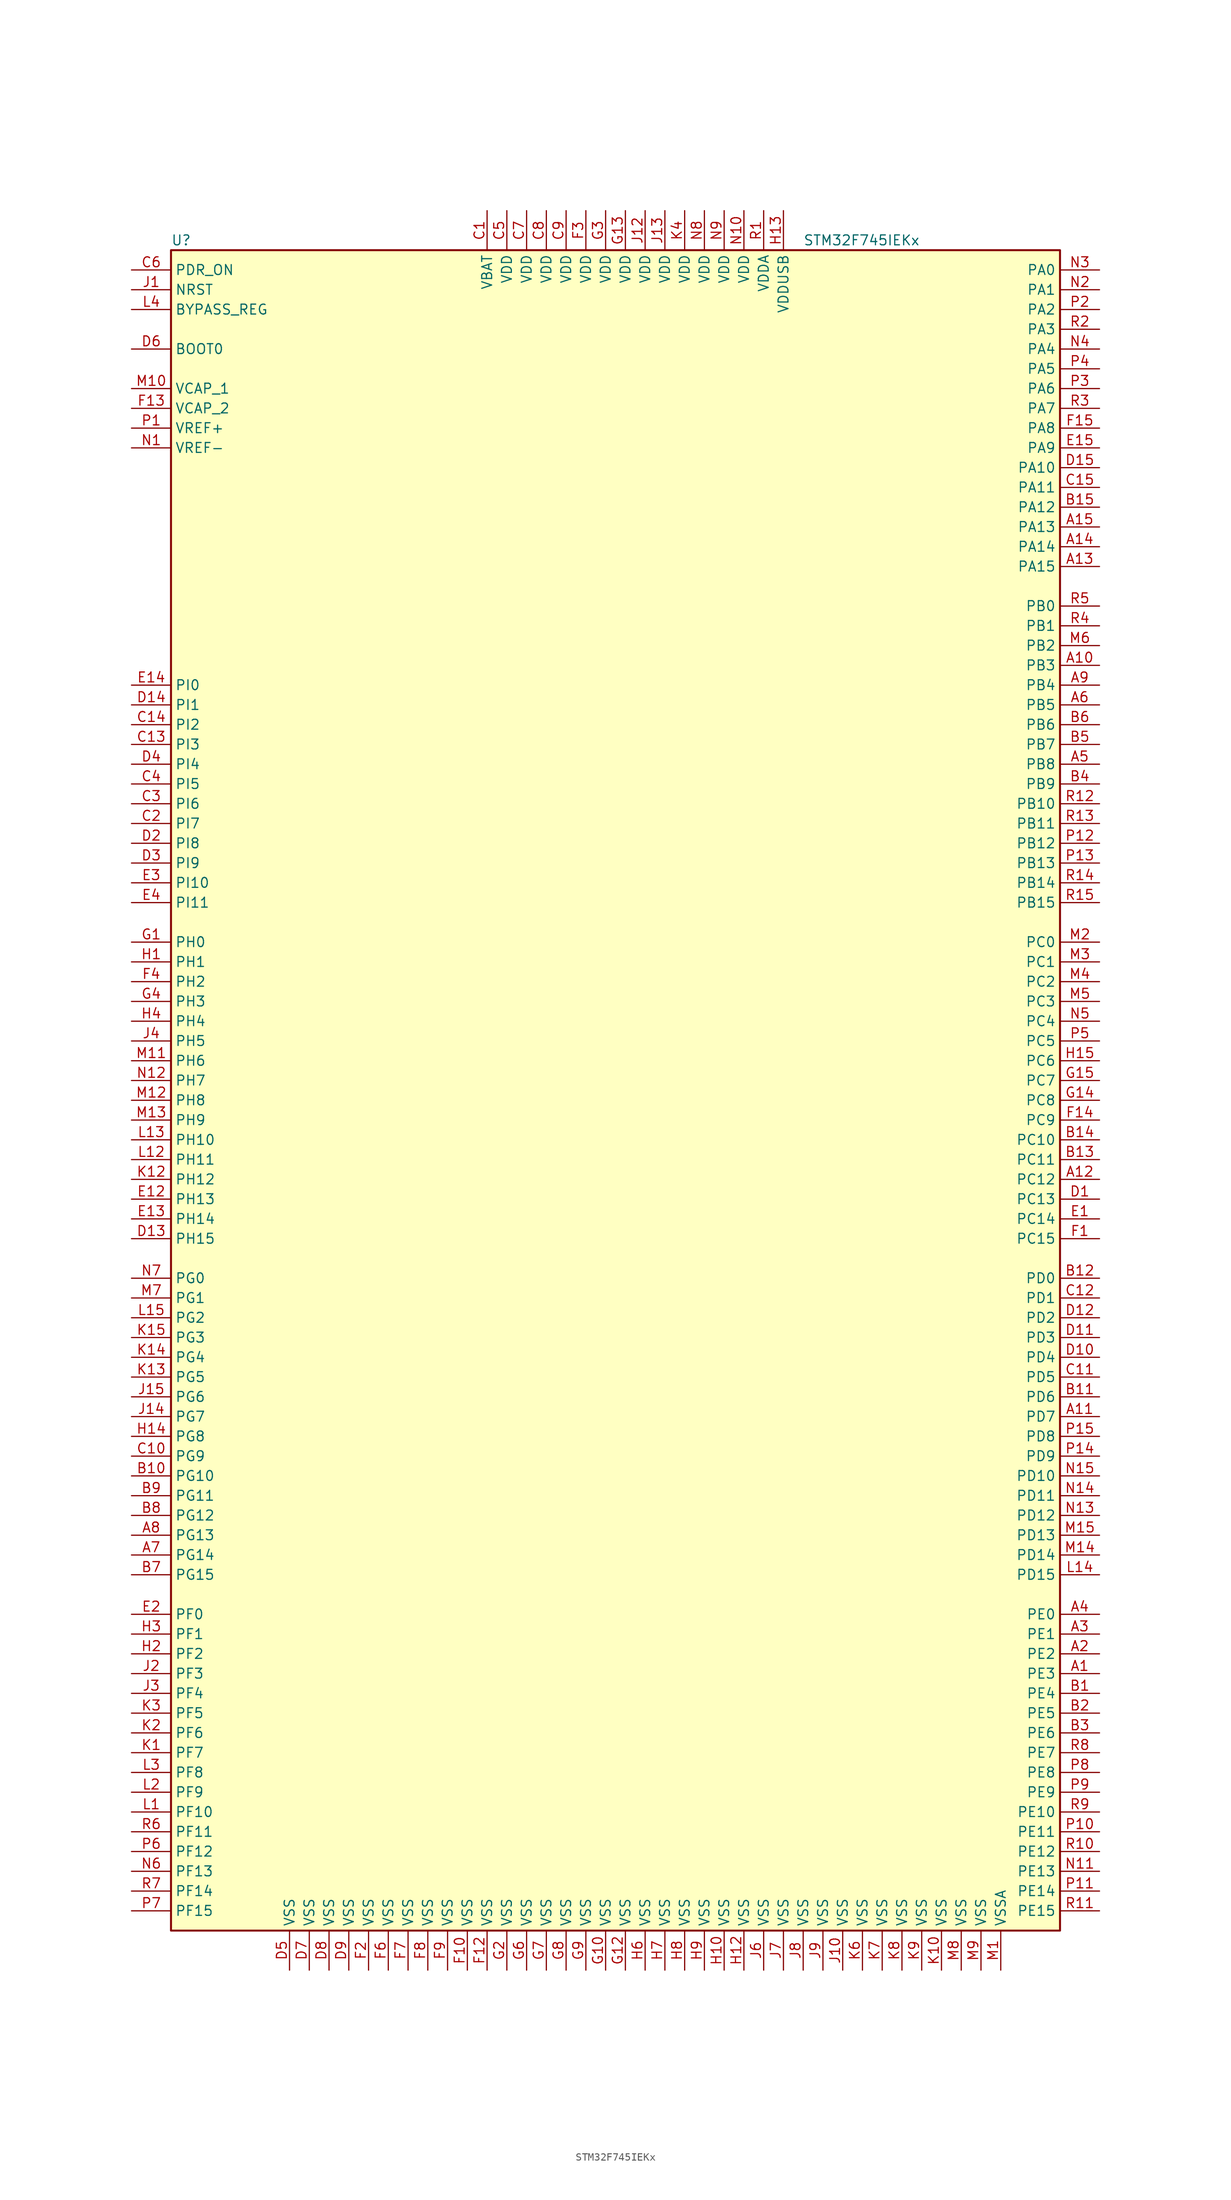
<source format=kicad_sym>
(kicad_symbol_lib
  (version 20220914)
  (generator kicad_symbol_editor)
  (symbol "STM32F745IEKx"
    (property "Reference" "U"
      (at -58.42 107.95 0)
      (effects (font (size 1.27 1.27)) (justify left)))
    (property "Value" "STM32F745IEKx"
      (at 22.86 107.95 0)
      (effects (font (size 1.27 1.27)) (justify left)))
    (symbol "STM32F745IEKx_0_1"
      (rectangle (start -58.42 -109.22) (end 55.88 106.68) (stroke (width 0.254) (type default)) (fill (type background))))
    (symbol "STM32F745IEKx_1_1"
      (pin bidirectional line (at 60.96 -76.2 180) (length 5.08) (name "PE3" (effects (font (size 1.27 1.27)))) (number "A1" (effects (font (size 1.27 1.27)))))
      (pin bidirectional line (at 60.96 53.34 180) (length 5.08) (name "PB3" (effects (font (size 1.27 1.27)))) (number "A10" (effects (font (size 1.27 1.27)))))
      (pin bidirectional line (at 60.96 -43.18 180) (length 5.08) (name "PD7" (effects (font (size 1.27 1.27)))) (number "A11" (effects (font (size 1.27 1.27)))))
      (pin bidirectional line (at 60.96 -12.7 180) (length 5.08) (name "PC12" (effects (font (size 1.27 1.27)))) (number "A12" (effects (font (size 1.27 1.27)))))
      (pin bidirectional line (at 60.96 66.04 180) (length 5.08) (name "PA15" (effects (font (size 1.27 1.27)))) (number "A13" (effects (font (size 1.27 1.27)))))
      (pin bidirectional line (at 60.96 68.58 180) (length 5.08) (name "PA14" (effects (font (size 1.27 1.27)))) (number "A14" (effects (font (size 1.27 1.27)))))
      (pin bidirectional line (at 60.96 71.12 180) (length 5.08) (name "PA13" (effects (font (size 1.27 1.27)))) (number "A15" (effects (font (size 1.27 1.27)))))
      (pin bidirectional line (at 60.96 -73.66 180) (length 5.08) (name "PE2" (effects (font (size 1.27 1.27)))) (number "A2" (effects (font (size 1.27 1.27)))))
      (pin bidirectional line (at 60.96 -71.12 180) (length 5.08) (name "PE1" (effects (font (size 1.27 1.27)))) (number "A3" (effects (font (size 1.27 1.27)))))
      (pin bidirectional line (at 60.96 -68.58 180) (length 5.08) (name "PE0" (effects (font (size 1.27 1.27)))) (number "A4" (effects (font (size 1.27 1.27)))))
      (pin bidirectional line (at 60.96 40.64 180) (length 5.08) (name "PB8" (effects (font (size 1.27 1.27)))) (number "A5" (effects (font (size 1.27 1.27)))))
      (pin bidirectional line (at 60.96 48.26 180) (length 5.08) (name "PB5" (effects (font (size 1.27 1.27)))) (number "A6" (effects (font (size 1.27 1.27)))))
      (pin bidirectional line (at -63.5 -60.96 0) (length 5.08) (name "PG14" (effects (font (size 1.27 1.27)))) (number "A7" (effects (font (size 1.27 1.27)))))
      (pin bidirectional line (at -63.5 -58.42 0) (length 5.08) (name "PG13" (effects (font (size 1.27 1.27)))) (number "A8" (effects (font (size 1.27 1.27)))))
      (pin bidirectional line (at 60.96 50.8 180) (length 5.08) (name "PB4" (effects (font (size 1.27 1.27)))) (number "A9" (effects (font (size 1.27 1.27)))))
      (pin bidirectional line (at 60.96 -78.74 180) (length 5.08) (name "PE4" (effects (font (size 1.27 1.27)))) (number "B1" (effects (font (size 1.27 1.27)))))
      (pin bidirectional line (at -63.5 -50.8 0) (length 5.08) (name "PG10" (effects (font (size 1.27 1.27)))) (number "B10" (effects (font (size 1.27 1.27)))))
      (pin bidirectional line (at 60.96 -40.64 180) (length 5.08) (name "PD6" (effects (font (size 1.27 1.27)))) (number "B11" (effects (font (size 1.27 1.27)))))
      (pin bidirectional line (at 60.96 -25.4 180) (length 5.08) (name "PD0" (effects (font (size 1.27 1.27)))) (number "B12" (effects (font (size 1.27 1.27)))))
      (pin bidirectional line (at 60.96 -10.16 180) (length 5.08) (name "PC11" (effects (font (size 1.27 1.27)))) (number "B13" (effects (font (size 1.27 1.27)))))
      (pin bidirectional line (at 60.96 -7.62 180) (length 5.08) (name "PC10" (effects (font (size 1.27 1.27)))) (number "B14" (effects (font (size 1.27 1.27)))))
      (pin bidirectional line (at 60.96 73.66 180) (length 5.08) (name "PA12" (effects (font (size 1.27 1.27)))) (number "B15" (effects (font (size 1.27 1.27)))))
      (pin bidirectional line (at 60.96 -81.28 180) (length 5.08) (name "PE5" (effects (font (size 1.27 1.27)))) (number "B2" (effects (font (size 1.27 1.27)))))
      (pin bidirectional line (at 60.96 -83.82 180) (length 5.08) (name "PE6" (effects (font (size 1.27 1.27)))) (number "B3" (effects (font (size 1.27 1.27)))))
      (pin bidirectional line (at 60.96 38.1 180) (length 5.08) (name "PB9" (effects (font (size 1.27 1.27)))) (number "B4" (effects (font (size 1.27 1.27)))))
      (pin bidirectional line (at 60.96 43.18 180) (length 5.08) (name "PB7" (effects (font (size 1.27 1.27)))) (number "B5" (effects (font (size 1.27 1.27)))))
      (pin bidirectional line (at 60.96 45.72 180) (length 5.08) (name "PB6" (effects (font (size 1.27 1.27)))) (number "B6" (effects (font (size 1.27 1.27)))))
      (pin bidirectional line (at -63.5 -63.5 0) (length 5.08) (name "PG15" (effects (font (size 1.27 1.27)))) (number "B7" (effects (font (size 1.27 1.27)))))
      (pin bidirectional line (at -63.5 -55.88 0) (length 5.08) (name "PG12" (effects (font (size 1.27 1.27)))) (number "B8" (effects (font (size 1.27 1.27)))))
      (pin bidirectional line (at -63.5 -53.34 0) (length 5.08) (name "PG11" (effects (font (size 1.27 1.27)))) (number "B9" (effects (font (size 1.27 1.27)))))
      (pin power_in line (at -17.78 111.76 270) (length 5.08) (name "VBAT" (effects (font (size 1.27 1.27)))) (number "C1" (effects (font (size 1.27 1.27)))))
      (pin bidirectional line (at -63.5 -48.26 0) (length 5.08) (name "PG9" (effects (font (size 1.27 1.27)))) (number "C10" (effects (font (size 1.27 1.27)))))
      (pin bidirectional line (at 60.96 -38.1 180) (length 5.08) (name "PD5" (effects (font (size 1.27 1.27)))) (number "C11" (effects (font (size 1.27 1.27)))))
      (pin bidirectional line (at 60.96 -27.94 180) (length 5.08) (name "PD1" (effects (font (size 1.27 1.27)))) (number "C12" (effects (font (size 1.27 1.27)))))
      (pin bidirectional line (at -63.5 43.18 0) (length 5.08) (name "PI3" (effects (font (size 1.27 1.27)))) (number "C13" (effects (font (size 1.27 1.27)))))
      (pin bidirectional line (at -63.5 45.72 0) (length 5.08) (name "PI2" (effects (font (size 1.27 1.27)))) (number "C14" (effects (font (size 1.27 1.27)))))
      (pin bidirectional line (at 60.96 76.2 180) (length 5.08) (name "PA11" (effects (font (size 1.27 1.27)))) (number "C15" (effects (font (size 1.27 1.27)))))
      (pin bidirectional line (at -63.5 33.02 0) (length 5.08) (name "PI7" (effects (font (size 1.27 1.27)))) (number "C2" (effects (font (size 1.27 1.27)))))
      (pin bidirectional line (at -63.5 35.56 0) (length 5.08) (name "PI6" (effects (font (size 1.27 1.27)))) (number "C3" (effects (font (size 1.27 1.27)))))
      (pin bidirectional line (at -63.5 38.1 0) (length 5.08) (name "PI5" (effects (font (size 1.27 1.27)))) (number "C4" (effects (font (size 1.27 1.27)))))
      (pin power_in line (at -15.24 111.76 270) (length 5.08) (name "VDD" (effects (font (size 1.27 1.27)))) (number "C5" (effects (font (size 1.27 1.27)))))
      (pin input line (at -63.5 104.14 0) (length 5.08) (name "PDR_ON" (effects (font (size 1.27 1.27)))) (number "C6" (effects (font (size 1.27 1.27)))))
      (pin power_in line (at -12.7 111.76 270) (length 5.08) (name "VDD" (effects (font (size 1.27 1.27)))) (number "C7" (effects (font (size 1.27 1.27)))))
      (pin power_in line (at -10.16 111.76 270) (length 5.08) (name "VDD" (effects (font (size 1.27 1.27)))) (number "C8" (effects (font (size 1.27 1.27)))))
      (pin power_in line (at -7.62 111.76 270) (length 5.08) (name "VDD" (effects (font (size 1.27 1.27)))) (number "C9" (effects (font (size 1.27 1.27)))))
      (pin bidirectional line (at 60.96 -15.24 180) (length 5.08) (name "PC13" (effects (font (size 1.27 1.27)))) (number "D1" (effects (font (size 1.27 1.27)))))
      (pin bidirectional line (at 60.96 -35.56 180) (length 5.08) (name "PD4" (effects (font (size 1.27 1.27)))) (number "D10" (effects (font (size 1.27 1.27)))))
      (pin bidirectional line (at 60.96 -33.02 180) (length 5.08) (name "PD3" (effects (font (size 1.27 1.27)))) (number "D11" (effects (font (size 1.27 1.27)))))
      (pin bidirectional line (at 60.96 -30.48 180) (length 5.08) (name "PD2" (effects (font (size 1.27 1.27)))) (number "D12" (effects (font (size 1.27 1.27)))))
      (pin bidirectional line (at -63.5 -20.32 0) (length 5.08) (name "PH15" (effects (font (size 1.27 1.27)))) (number "D13" (effects (font (size 1.27 1.27)))))
      (pin bidirectional line (at -63.5 48.26 0) (length 5.08) (name "PI1" (effects (font (size 1.27 1.27)))) (number "D14" (effects (font (size 1.27 1.27)))))
      (pin bidirectional line (at 60.96 78.74 180) (length 5.08) (name "PA10" (effects (font (size 1.27 1.27)))) (number "D15" (effects (font (size 1.27 1.27)))))
      (pin bidirectional line (at -63.5 30.48 0) (length 5.08) (name "PI8" (effects (font (size 1.27 1.27)))) (number "D2" (effects (font (size 1.27 1.27)))))
      (pin bidirectional line (at -63.5 27.94 0) (length 5.08) (name "PI9" (effects (font (size 1.27 1.27)))) (number "D3" (effects (font (size 1.27 1.27)))))
      (pin bidirectional line (at -63.5 40.64 0) (length 5.08) (name "PI4" (effects (font (size 1.27 1.27)))) (number "D4" (effects (font (size 1.27 1.27)))))
      (pin power_in line (at -43.18 -114.3 90) (length 5.08) (name "VSS" (effects (font (size 1.27 1.27)))) (number "D5" (effects (font (size 1.27 1.27)))))
      (pin input line (at -63.5 93.98 0) (length 5.08) (name "BOOT0" (effects (font (size 1.27 1.27)))) (number "D6" (effects (font (size 1.27 1.27)))))
      (pin power_in line (at -40.64 -114.3 90) (length 5.08) (name "VSS" (effects (font (size 1.27 1.27)))) (number "D7" (effects (font (size 1.27 1.27)))))
      (pin power_in line (at -38.1 -114.3 90) (length 5.08) (name "VSS" (effects (font (size 1.27 1.27)))) (number "D8" (effects (font (size 1.27 1.27)))))
      (pin power_in line (at -35.56 -114.3 90) (length 5.08) (name "VSS" (effects (font (size 1.27 1.27)))) (number "D9" (effects (font (size 1.27 1.27)))))
      (pin bidirectional line (at 60.96 -17.78 180) (length 5.08) (name "PC14" (effects (font (size 1.27 1.27)))) (number "E1" (effects (font (size 1.27 1.27)))))
      (pin bidirectional line (at -63.5 -15.24 0) (length 5.08) (name "PH13" (effects (font (size 1.27 1.27)))) (number "E12" (effects (font (size 1.27 1.27)))))
      (pin bidirectional line (at -63.5 -17.78 0) (length 5.08) (name "PH14" (effects (font (size 1.27 1.27)))) (number "E13" (effects (font (size 1.27 1.27)))))
      (pin bidirectional line (at -63.5 50.8 0) (length 5.08) (name "PI0" (effects (font (size 1.27 1.27)))) (number "E14" (effects (font (size 1.27 1.27)))))
      (pin bidirectional line (at 60.96 81.28 180) (length 5.08) (name "PA9" (effects (font (size 1.27 1.27)))) (number "E15" (effects (font (size 1.27 1.27)))))
      (pin bidirectional line (at -63.5 -68.58 0) (length 5.08) (name "PF0" (effects (font (size 1.27 1.27)))) (number "E2" (effects (font (size 1.27 1.27)))))
      (pin bidirectional line (at -63.5 25.4 0) (length 5.08) (name "PI10" (effects (font (size 1.27 1.27)))) (number "E3" (effects (font (size 1.27 1.27)))))
      (pin bidirectional line (at -63.5 22.86 0) (length 5.08) (name "PI11" (effects (font (size 1.27 1.27)))) (number "E4" (effects (font (size 1.27 1.27)))))
      (pin bidirectional line (at 60.96 -20.32 180) (length 5.08) (name "PC15" (effects (font (size 1.27 1.27)))) (number "F1" (effects (font (size 1.27 1.27)))))
      (pin power_in line (at -20.32 -114.3 90) (length 5.08) (name "VSS" (effects (font (size 1.27 1.27)))) (number "F10" (effects (font (size 1.27 1.27)))))
      (pin power_in line (at -17.78 -114.3 90) (length 5.08) (name "VSS" (effects (font (size 1.27 1.27)))) (number "F12" (effects (font (size 1.27 1.27)))))
      (pin power_in line (at -63.5 86.36 0) (length 5.08) (name "VCAP_2" (effects (font (size 1.27 1.27)))) (number "F13" (effects (font (size 1.27 1.27)))))
      (pin bidirectional line (at 60.96 -5.08 180) (length 5.08) (name "PC9" (effects (font (size 1.27 1.27)))) (number "F14" (effects (font (size 1.27 1.27)))))
      (pin bidirectional line (at 60.96 83.82 180) (length 5.08) (name "PA8" (effects (font (size 1.27 1.27)))) (number "F15" (effects (font (size 1.27 1.27)))))
      (pin power_in line (at -33.02 -114.3 90) (length 5.08) (name "VSS" (effects (font (size 1.27 1.27)))) (number "F2" (effects (font (size 1.27 1.27)))))
      (pin power_in line (at -5.08 111.76 270) (length 5.08) (name "VDD" (effects (font (size 1.27 1.27)))) (number "F3" (effects (font (size 1.27 1.27)))))
      (pin bidirectional line (at -63.5 12.7 0) (length 5.08) (name "PH2" (effects (font (size 1.27 1.27)))) (number "F4" (effects (font (size 1.27 1.27)))))
      (pin power_in line (at -30.48 -114.3 90) (length 5.08) (name "VSS" (effects (font (size 1.27 1.27)))) (number "F6" (effects (font (size 1.27 1.27)))))
      (pin power_in line (at -27.94 -114.3 90) (length 5.08) (name "VSS" (effects (font (size 1.27 1.27)))) (number "F7" (effects (font (size 1.27 1.27)))))
      (pin power_in line (at -25.4 -114.3 90) (length 5.08) (name "VSS" (effects (font (size 1.27 1.27)))) (number "F8" (effects (font (size 1.27 1.27)))))
      (pin power_in line (at -22.86 -114.3 90) (length 5.08) (name "VSS" (effects (font (size 1.27 1.27)))) (number "F9" (effects (font (size 1.27 1.27)))))
      (pin input line (at -63.5 17.78 0) (length 5.08) (name "PH0" (effects (font (size 1.27 1.27)))) (number "G1" (effects (font (size 1.27 1.27)))))
      (pin power_in line (at -2.54 -114.3 90) (length 5.08) (name "VSS" (effects (font (size 1.27 1.27)))) (number "G10" (effects (font (size 1.27 1.27)))))
      (pin power_in line (at 0 -114.3 90) (length 5.08) (name "VSS" (effects (font (size 1.27 1.27)))) (number "G12" (effects (font (size 1.27 1.27)))))
      (pin power_in line (at 0 111.76 270) (length 5.08) (name "VDD" (effects (font (size 1.27 1.27)))) (number "G13" (effects (font (size 1.27 1.27)))))
      (pin bidirectional line (at 60.96 -2.54 180) (length 5.08) (name "PC8" (effects (font (size 1.27 1.27)))) (number "G14" (effects (font (size 1.27 1.27)))))
      (pin bidirectional line (at 60.96 0 180) (length 5.08) (name "PC7" (effects (font (size 1.27 1.27)))) (number "G15" (effects (font (size 1.27 1.27)))))
      (pin power_in line (at -15.24 -114.3 90) (length 5.08) (name "VSS" (effects (font (size 1.27 1.27)))) (number "G2" (effects (font (size 1.27 1.27)))))
      (pin power_in line (at -2.54 111.76 270) (length 5.08) (name "VDD" (effects (font (size 1.27 1.27)))) (number "G3" (effects (font (size 1.27 1.27)))))
      (pin bidirectional line (at -63.5 10.16 0) (length 5.08) (name "PH3" (effects (font (size 1.27 1.27)))) (number "G4" (effects (font (size 1.27 1.27)))))
      (pin power_in line (at -12.7 -114.3 90) (length 5.08) (name "VSS" (effects (font (size 1.27 1.27)))) (number "G6" (effects (font (size 1.27 1.27)))))
      (pin power_in line (at -10.16 -114.3 90) (length 5.08) (name "VSS" (effects (font (size 1.27 1.27)))) (number "G7" (effects (font (size 1.27 1.27)))))
      (pin power_in line (at -7.62 -114.3 90) (length 5.08) (name "VSS" (effects (font (size 1.27 1.27)))) (number "G8" (effects (font (size 1.27 1.27)))))
      (pin power_in line (at -5.08 -114.3 90) (length 5.08) (name "VSS" (effects (font (size 1.27 1.27)))) (number "G9" (effects (font (size 1.27 1.27)))))
      (pin input line (at -63.5 15.24 0) (length 5.08) (name "PH1" (effects (font (size 1.27 1.27)))) (number "H1" (effects (font (size 1.27 1.27)))))
      (pin power_in line (at 12.7 -114.3 90) (length 5.08) (name "VSS" (effects (font (size 1.27 1.27)))) (number "H10" (effects (font (size 1.27 1.27)))))
      (pin power_in line (at 15.24 -114.3 90) (length 5.08) (name "VSS" (effects (font (size 1.27 1.27)))) (number "H12" (effects (font (size 1.27 1.27)))))
      (pin power_in line (at 20.32 111.76 270) (length 5.08) (name "VDDUSB" (effects (font (size 1.27 1.27)))) (number "H13" (effects (font (size 1.27 1.27)))))
      (pin bidirectional line (at -63.5 -45.72 0) (length 5.08) (name "PG8" (effects (font (size 1.27 1.27)))) (number "H14" (effects (font (size 1.27 1.27)))))
      (pin bidirectional line (at 60.96 2.54 180) (length 5.08) (name "PC6" (effects (font (size 1.27 1.27)))) (number "H15" (effects (font (size 1.27 1.27)))))
      (pin bidirectional line (at -63.5 -73.66 0) (length 5.08) (name "PF2" (effects (font (size 1.27 1.27)))) (number "H2" (effects (font (size 1.27 1.27)))))
      (pin bidirectional line (at -63.5 -71.12 0) (length 5.08) (name "PF1" (effects (font (size 1.27 1.27)))) (number "H3" (effects (font (size 1.27 1.27)))))
      (pin bidirectional line (at -63.5 7.62 0) (length 5.08) (name "PH4" (effects (font (size 1.27 1.27)))) (number "H4" (effects (font (size 1.27 1.27)))))
      (pin power_in line (at 2.54 -114.3 90) (length 5.08) (name "VSS" (effects (font (size 1.27 1.27)))) (number "H6" (effects (font (size 1.27 1.27)))))
      (pin power_in line (at 5.08 -114.3 90) (length 5.08) (name "VSS" (effects (font (size 1.27 1.27)))) (number "H7" (effects (font (size 1.27 1.27)))))
      (pin power_in line (at 7.62 -114.3 90) (length 5.08) (name "VSS" (effects (font (size 1.27 1.27)))) (number "H8" (effects (font (size 1.27 1.27)))))
      (pin power_in line (at 10.16 -114.3 90) (length 5.08) (name "VSS" (effects (font (size 1.27 1.27)))) (number "H9" (effects (font (size 1.27 1.27)))))
      (pin input line (at -63.5 101.6 0) (length 5.08) (name "NRST" (effects (font (size 1.27 1.27)))) (number "J1" (effects (font (size 1.27 1.27)))))
      (pin power_in line (at 27.94 -114.3 90) (length 5.08) (name "VSS" (effects (font (size 1.27 1.27)))) (number "J10" (effects (font (size 1.27 1.27)))))
      (pin power_in line (at 2.54 111.76 270) (length 5.08) (name "VDD" (effects (font (size 1.27 1.27)))) (number "J12" (effects (font (size 1.27 1.27)))))
      (pin power_in line (at 5.08 111.76 270) (length 5.08) (name "VDD" (effects (font (size 1.27 1.27)))) (number "J13" (effects (font (size 1.27 1.27)))))
      (pin bidirectional line (at -63.5 -43.18 0) (length 5.08) (name "PG7" (effects (font (size 1.27 1.27)))) (number "J14" (effects (font (size 1.27 1.27)))))
      (pin bidirectional line (at -63.5 -40.64 0) (length 5.08) (name "PG6" (effects (font (size 1.27 1.27)))) (number "J15" (effects (font (size 1.27 1.27)))))
      (pin bidirectional line (at -63.5 -76.2 0) (length 5.08) (name "PF3" (effects (font (size 1.27 1.27)))) (number "J2" (effects (font (size 1.27 1.27)))))
      (pin bidirectional line (at -63.5 -78.74 0) (length 5.08) (name "PF4" (effects (font (size 1.27 1.27)))) (number "J3" (effects (font (size 1.27 1.27)))))
      (pin bidirectional line (at -63.5 5.08 0) (length 5.08) (name "PH5" (effects (font (size 1.27 1.27)))) (number "J4" (effects (font (size 1.27 1.27)))))
      (pin power_in line (at 17.78 -114.3 90) (length 5.08) (name "VSS" (effects (font (size 1.27 1.27)))) (number "J6" (effects (font (size 1.27 1.27)))))
      (pin power_in line (at 20.32 -114.3 90) (length 5.08) (name "VSS" (effects (font (size 1.27 1.27)))) (number "J7" (effects (font (size 1.27 1.27)))))
      (pin power_in line (at 22.86 -114.3 90) (length 5.08) (name "VSS" (effects (font (size 1.27 1.27)))) (number "J8" (effects (font (size 1.27 1.27)))))
      (pin power_in line (at 25.4 -114.3 90) (length 5.08) (name "VSS" (effects (font (size 1.27 1.27)))) (number "J9" (effects (font (size 1.27 1.27)))))
      (pin bidirectional line (at -63.5 -86.36 0) (length 5.08) (name "PF7" (effects (font (size 1.27 1.27)))) (number "K1" (effects (font (size 1.27 1.27)))))
      (pin power_in line (at 40.64 -114.3 90) (length 5.08) (name "VSS" (effects (font (size 1.27 1.27)))) (number "K10" (effects (font (size 1.27 1.27)))))
      (pin bidirectional line (at -63.5 -12.7 0) (length 5.08) (name "PH12" (effects (font (size 1.27 1.27)))) (number "K12" (effects (font (size 1.27 1.27)))))
      (pin bidirectional line (at -63.5 -38.1 0) (length 5.08) (name "PG5" (effects (font (size 1.27 1.27)))) (number "K13" (effects (font (size 1.27 1.27)))))
      (pin bidirectional line (at -63.5 -35.56 0) (length 5.08) (name "PG4" (effects (font (size 1.27 1.27)))) (number "K14" (effects (font (size 1.27 1.27)))))
      (pin bidirectional line (at -63.5 -33.02 0) (length 5.08) (name "PG3" (effects (font (size 1.27 1.27)))) (number "K15" (effects (font (size 1.27 1.27)))))
      (pin bidirectional line (at -63.5 -83.82 0) (length 5.08) (name "PF6" (effects (font (size 1.27 1.27)))) (number "K2" (effects (font (size 1.27 1.27)))))
      (pin bidirectional line (at -63.5 -81.28 0) (length 5.08) (name "PF5" (effects (font (size 1.27 1.27)))) (number "K3" (effects (font (size 1.27 1.27)))))
      (pin power_in line (at 7.62 111.76 270) (length 5.08) (name "VDD" (effects (font (size 1.27 1.27)))) (number "K4" (effects (font (size 1.27 1.27)))))
      (pin power_in line (at 30.48 -114.3 90) (length 5.08) (name "VSS" (effects (font (size 1.27 1.27)))) (number "K6" (effects (font (size 1.27 1.27)))))
      (pin power_in line (at 33.02 -114.3 90) (length 5.08) (name "VSS" (effects (font (size 1.27 1.27)))) (number "K7" (effects (font (size 1.27 1.27)))))
      (pin power_in line (at 35.56 -114.3 90) (length 5.08) (name "VSS" (effects (font (size 1.27 1.27)))) (number "K8" (effects (font (size 1.27 1.27)))))
      (pin power_in line (at 38.1 -114.3 90) (length 5.08) (name "VSS" (effects (font (size 1.27 1.27)))) (number "K9" (effects (font (size 1.27 1.27)))))
      (pin bidirectional line (at -63.5 -93.98 0) (length 5.08) (name "PF10" (effects (font (size 1.27 1.27)))) (number "L1" (effects (font (size 1.27 1.27)))))
      (pin bidirectional line (at -63.5 -10.16 0) (length 5.08) (name "PH11" (effects (font (size 1.27 1.27)))) (number "L12" (effects (font (size 1.27 1.27)))))
      (pin bidirectional line (at -63.5 -7.62 0) (length 5.08) (name "PH10" (effects (font (size 1.27 1.27)))) (number "L13" (effects (font (size 1.27 1.27)))))
      (pin bidirectional line (at 60.96 -63.5 180) (length 5.08) (name "PD15" (effects (font (size 1.27 1.27)))) (number "L14" (effects (font (size 1.27 1.27)))))
      (pin bidirectional line (at -63.5 -30.48 0) (length 5.08) (name "PG2" (effects (font (size 1.27 1.27)))) (number "L15" (effects (font (size 1.27 1.27)))))
      (pin bidirectional line (at -63.5 -91.44 0) (length 5.08) (name "PF9" (effects (font (size 1.27 1.27)))) (number "L2" (effects (font (size 1.27 1.27)))))
      (pin bidirectional line (at -63.5 -88.9 0) (length 5.08) (name "PF8" (effects (font (size 1.27 1.27)))) (number "L3" (effects (font (size 1.27 1.27)))))
      (pin input line (at -63.5 99.06 0) (length 5.08) (name "BYPASS_REG" (effects (font (size 1.27 1.27)))) (number "L4" (effects (font (size 1.27 1.27)))))
      (pin power_in line (at 48.26 -114.3 90) (length 5.08) (name "VSSA" (effects (font (size 1.27 1.27)))) (number "M1" (effects (font (size 1.27 1.27)))))
      (pin power_in line (at -63.5 88.9 0) (length 5.08) (name "VCAP_1" (effects (font (size 1.27 1.27)))) (number "M10" (effects (font (size 1.27 1.27)))))
      (pin bidirectional line (at -63.5 2.54 0) (length 5.08) (name "PH6" (effects (font (size 1.27 1.27)))) (number "M11" (effects (font (size 1.27 1.27)))))
      (pin bidirectional line (at -63.5 -2.54 0) (length 5.08) (name "PH8" (effects (font (size 1.27 1.27)))) (number "M12" (effects (font (size 1.27 1.27)))))
      (pin bidirectional line (at -63.5 -5.08 0) (length 5.08) (name "PH9" (effects (font (size 1.27 1.27)))) (number "M13" (effects (font (size 1.27 1.27)))))
      (pin bidirectional line (at 60.96 -60.96 180) (length 5.08) (name "PD14" (effects (font (size 1.27 1.27)))) (number "M14" (effects (font (size 1.27 1.27)))))
      (pin bidirectional line (at 60.96 -58.42 180) (length 5.08) (name "PD13" (effects (font (size 1.27 1.27)))) (number "M15" (effects (font (size 1.27 1.27)))))
      (pin bidirectional line (at 60.96 17.78 180) (length 5.08) (name "PC0" (effects (font (size 1.27 1.27)))) (number "M2" (effects (font (size 1.27 1.27)))))
      (pin bidirectional line (at 60.96 15.24 180) (length 5.08) (name "PC1" (effects (font (size 1.27 1.27)))) (number "M3" (effects (font (size 1.27 1.27)))))
      (pin bidirectional line (at 60.96 12.7 180) (length 5.08) (name "PC2" (effects (font (size 1.27 1.27)))) (number "M4" (effects (font (size 1.27 1.27)))))
      (pin bidirectional line (at 60.96 10.16 180) (length 5.08) (name "PC3" (effects (font (size 1.27 1.27)))) (number "M5" (effects (font (size 1.27 1.27)))))
      (pin bidirectional line (at 60.96 55.88 180) (length 5.08) (name "PB2" (effects (font (size 1.27 1.27)))) (number "M6" (effects (font (size 1.27 1.27)))))
      (pin bidirectional line (at -63.5 -27.94 0) (length 5.08) (name "PG1" (effects (font (size 1.27 1.27)))) (number "M7" (effects (font (size 1.27 1.27)))))
      (pin power_in line (at 43.18 -114.3 90) (length 5.08) (name "VSS" (effects (font (size 1.27 1.27)))) (number "M8" (effects (font (size 1.27 1.27)))))
      (pin power_in line (at 45.72 -114.3 90) (length 5.08) (name "VSS" (effects (font (size 1.27 1.27)))) (number "M9" (effects (font (size 1.27 1.27)))))
      (pin power_in line (at -63.5 81.28 0) (length 5.08) (name "VREF-" (effects (font (size 1.27 1.27)))) (number "N1" (effects (font (size 1.27 1.27)))))
      (pin power_in line (at 15.24 111.76 270) (length 5.08) (name "VDD" (effects (font (size 1.27 1.27)))) (number "N10" (effects (font (size 1.27 1.27)))))
      (pin bidirectional line (at 60.96 -101.6 180) (length 5.08) (name "PE13" (effects (font (size 1.27 1.27)))) (number "N11" (effects (font (size 1.27 1.27)))))
      (pin bidirectional line (at -63.5 0 0) (length 5.08) (name "PH7" (effects (font (size 1.27 1.27)))) (number "N12" (effects (font (size 1.27 1.27)))))
      (pin bidirectional line (at 60.96 -55.88 180) (length 5.08) (name "PD12" (effects (font (size 1.27 1.27)))) (number "N13" (effects (font (size 1.27 1.27)))))
      (pin bidirectional line (at 60.96 -53.34 180) (length 5.08) (name "PD11" (effects (font (size 1.27 1.27)))) (number "N14" (effects (font (size 1.27 1.27)))))
      (pin bidirectional line (at 60.96 -50.8 180) (length 5.08) (name "PD10" (effects (font (size 1.27 1.27)))) (number "N15" (effects (font (size 1.27 1.27)))))
      (pin bidirectional line (at 60.96 101.6 180) (length 5.08) (name "PA1" (effects (font (size 1.27 1.27)))) (number "N2" (effects (font (size 1.27 1.27)))))
      (pin bidirectional line (at 60.96 104.14 180) (length 5.08) (name "PA0" (effects (font (size 1.27 1.27)))) (number "N3" (effects (font (size 1.27 1.27)))))
      (pin bidirectional line (at 60.96 93.98 180) (length 5.08) (name "PA4" (effects (font (size 1.27 1.27)))) (number "N4" (effects (font (size 1.27 1.27)))))
      (pin bidirectional line (at 60.96 7.62 180) (length 5.08) (name "PC4" (effects (font (size 1.27 1.27)))) (number "N5" (effects (font (size 1.27 1.27)))))
      (pin bidirectional line (at -63.5 -101.6 0) (length 5.08) (name "PF13" (effects (font (size 1.27 1.27)))) (number "N6" (effects (font (size 1.27 1.27)))))
      (pin bidirectional line (at -63.5 -25.4 0) (length 5.08) (name "PG0" (effects (font (size 1.27 1.27)))) (number "N7" (effects (font (size 1.27 1.27)))))
      (pin power_in line (at 10.16 111.76 270) (length 5.08) (name "VDD" (effects (font (size 1.27 1.27)))) (number "N8" (effects (font (size 1.27 1.27)))))
      (pin power_in line (at 12.7 111.76 270) (length 5.08) (name "VDD" (effects (font (size 1.27 1.27)))) (number "N9" (effects (font (size 1.27 1.27)))))
      (pin power_in line (at -63.5 83.82 0) (length 5.08) (name "VREF+" (effects (font (size 1.27 1.27)))) (number "P1" (effects (font (size 1.27 1.27)))))
      (pin bidirectional line (at 60.96 -96.52 180) (length 5.08) (name "PE11" (effects (font (size 1.27 1.27)))) (number "P10" (effects (font (size 1.27 1.27)))))
      (pin bidirectional line (at 60.96 -104.14 180) (length 5.08) (name "PE14" (effects (font (size 1.27 1.27)))) (number "P11" (effects (font (size 1.27 1.27)))))
      (pin bidirectional line (at 60.96 30.48 180) (length 5.08) (name "PB12" (effects (font (size 1.27 1.27)))) (number "P12" (effects (font (size 1.27 1.27)))))
      (pin bidirectional line (at 60.96 27.94 180) (length 5.08) (name "PB13" (effects (font (size 1.27 1.27)))) (number "P13" (effects (font (size 1.27 1.27)))))
      (pin bidirectional line (at 60.96 -48.26 180) (length 5.08) (name "PD9" (effects (font (size 1.27 1.27)))) (number "P14" (effects (font (size 1.27 1.27)))))
      (pin bidirectional line (at 60.96 -45.72 180) (length 5.08) (name "PD8" (effects (font (size 1.27 1.27)))) (number "P15" (effects (font (size 1.27 1.27)))))
      (pin bidirectional line (at 60.96 99.06 180) (length 5.08) (name "PA2" (effects (font (size 1.27 1.27)))) (number "P2" (effects (font (size 1.27 1.27)))))
      (pin bidirectional line (at 60.96 88.9 180) (length 5.08) (name "PA6" (effects (font (size 1.27 1.27)))) (number "P3" (effects (font (size 1.27 1.27)))))
      (pin bidirectional line (at 60.96 91.44 180) (length 5.08) (name "PA5" (effects (font (size 1.27 1.27)))) (number "P4" (effects (font (size 1.27 1.27)))))
      (pin bidirectional line (at 60.96 5.08 180) (length 5.08) (name "PC5" (effects (font (size 1.27 1.27)))) (number "P5" (effects (font (size 1.27 1.27)))))
      (pin bidirectional line (at -63.5 -99.06 0) (length 5.08) (name "PF12" (effects (font (size 1.27 1.27)))) (number "P6" (effects (font (size 1.27 1.27)))))
      (pin bidirectional line (at -63.5 -106.68 0) (length 5.08) (name "PF15" (effects (font (size 1.27 1.27)))) (number "P7" (effects (font (size 1.27 1.27)))))
      (pin bidirectional line (at 60.96 -88.9 180) (length 5.08) (name "PE8" (effects (font (size 1.27 1.27)))) (number "P8" (effects (font (size 1.27 1.27)))))
      (pin bidirectional line (at 60.96 -91.44 180) (length 5.08) (name "PE9" (effects (font (size 1.27 1.27)))) (number "P9" (effects (font (size 1.27 1.27)))))
      (pin power_in line (at 17.78 111.76 270) (length 5.08) (name "VDDA" (effects (font (size 1.27 1.27)))) (number "R1" (effects (font (size 1.27 1.27)))))
      (pin bidirectional line (at 60.96 -99.06 180) (length 5.08) (name "PE12" (effects (font (size 1.27 1.27)))) (number "R10" (effects (font (size 1.27 1.27)))))
      (pin bidirectional line (at 60.96 -106.68 180) (length 5.08) (name "PE15" (effects (font (size 1.27 1.27)))) (number "R11" (effects (font (size 1.27 1.27)))))
      (pin bidirectional line (at 60.96 35.56 180) (length 5.08) (name "PB10" (effects (font (size 1.27 1.27)))) (number "R12" (effects (font (size 1.27 1.27)))))
      (pin bidirectional line (at 60.96 33.02 180) (length 5.08) (name "PB11" (effects (font (size 1.27 1.27)))) (number "R13" (effects (font (size 1.27 1.27)))))
      (pin bidirectional line (at 60.96 25.4 180) (length 5.08) (name "PB14" (effects (font (size 1.27 1.27)))) (number "R14" (effects (font (size 1.27 1.27)))))
      (pin bidirectional line (at 60.96 22.86 180) (length 5.08) (name "PB15" (effects (font (size 1.27 1.27)))) (number "R15" (effects (font (size 1.27 1.27)))))
      (pin bidirectional line (at 60.96 96.52 180) (length 5.08) (name "PA3" (effects (font (size 1.27 1.27)))) (number "R2" (effects (font (size 1.27 1.27)))))
      (pin bidirectional line (at 60.96 86.36 180) (length 5.08) (name "PA7" (effects (font (size 1.27 1.27)))) (number "R3" (effects (font (size 1.27 1.27)))))
      (pin bidirectional line (at 60.96 58.42 180) (length 5.08) (name "PB1" (effects (font (size 1.27 1.27)))) (number "R4" (effects (font (size 1.27 1.27)))))
      (pin bidirectional line (at 60.96 60.96 180) (length 5.08) (name "PB0" (effects (font (size 1.27 1.27)))) (number "R5" (effects (font (size 1.27 1.27)))))
      (pin bidirectional line (at -63.5 -96.52 0) (length 5.08) (name "PF11" (effects (font (size 1.27 1.27)))) (number "R6" (effects (font (size 1.27 1.27)))))
      (pin bidirectional line (at -63.5 -104.14 0) (length 5.08) (name "PF14" (effects (font (size 1.27 1.27)))) (number "R7" (effects (font (size 1.27 1.27)))))
      (pin bidirectional line (at 60.96 -86.36 180) (length 5.08) (name "PE7" (effects (font (size 1.27 1.27)))) (number "R8" (effects (font (size 1.27 1.27)))))
      (pin bidirectional line (at 60.96 -93.98 180) (length 5.08) (name "PE10" (effects (font (size 1.27 1.27)))) (number "R9" (effects (font (size 1.27 1.27))))))))
</source>
